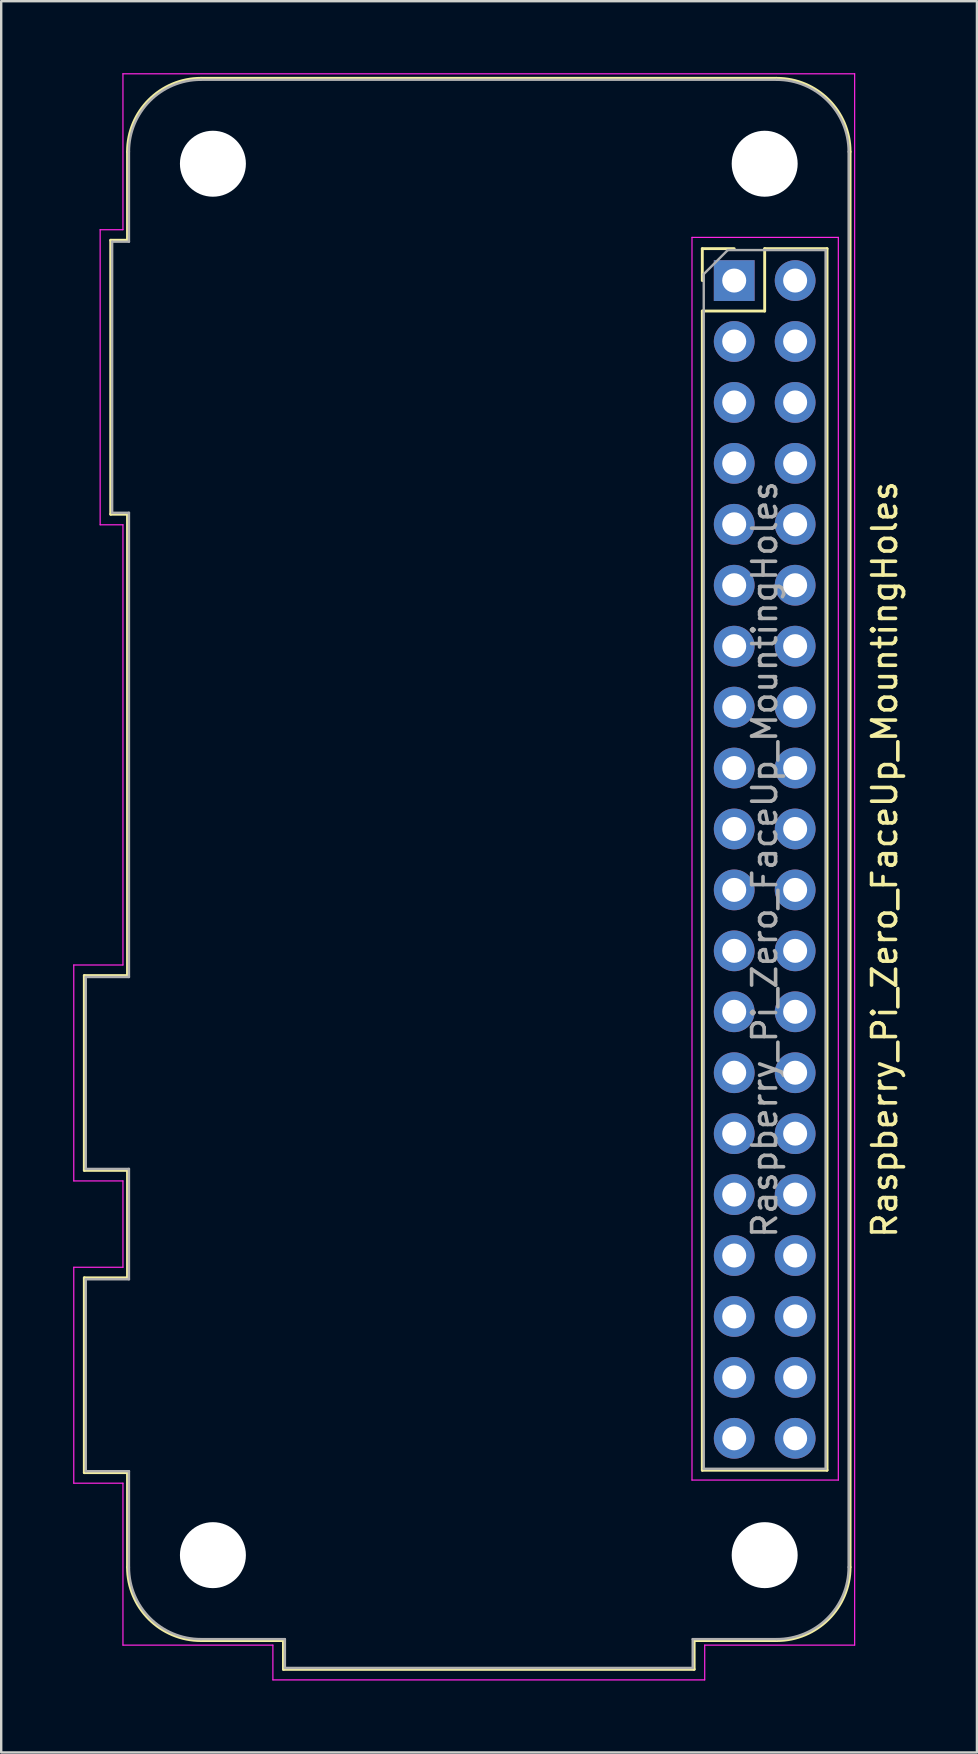
<source format=kicad_pcb>
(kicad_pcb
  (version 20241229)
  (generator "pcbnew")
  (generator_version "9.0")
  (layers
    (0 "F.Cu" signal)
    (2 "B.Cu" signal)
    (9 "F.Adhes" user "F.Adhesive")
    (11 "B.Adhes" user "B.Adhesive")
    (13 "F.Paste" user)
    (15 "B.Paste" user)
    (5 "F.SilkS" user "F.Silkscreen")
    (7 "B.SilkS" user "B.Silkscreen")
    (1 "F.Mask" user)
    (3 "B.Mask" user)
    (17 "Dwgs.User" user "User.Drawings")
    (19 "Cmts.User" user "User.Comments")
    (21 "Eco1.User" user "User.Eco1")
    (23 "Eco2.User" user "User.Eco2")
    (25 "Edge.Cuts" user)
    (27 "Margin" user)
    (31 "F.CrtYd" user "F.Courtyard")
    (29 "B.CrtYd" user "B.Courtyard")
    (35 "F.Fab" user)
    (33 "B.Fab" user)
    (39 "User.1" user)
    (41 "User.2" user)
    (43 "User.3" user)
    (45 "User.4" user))
  (footprint "Raspberry_Pi_Zero_FaceUp_MountingHoles"
    (layer "F.Cu")
    (at 27.555 8.645)
    (property "Reference" "Raspberry_Pi_Zero_FaceUp_MountingHoles" (at 6.27 24.13 90) (layer "F.SilkS") (effects (font (size 1 1) (thickness 0.15))))
    (attr through_hole)
    (fp_line (start -27.09 28.97) (end -25.29 28.97) (stroke (width 0.12) (type solid)) (layer "F.SilkS"))
    (fp_line (start -27.09 37.09) (end -27.09 28.97) (stroke (width 0.12) (type solid)) (layer "F.SilkS"))
    (fp_line (start -27.09 41.57) (end -25.29 41.57) (stroke (width 0.12) (type solid)) (layer "F.SilkS"))
    (fp_line (start -27.09 49.69) (end -27.09 41.57) (stroke (width 0.12) (type solid)) (layer "F.SilkS"))
    (fp_line (start -25.99 -1.68) (end -25.29 -1.68) (stroke (width 0.12) (type solid)) (layer "F.SilkS"))
    (fp_line (start -25.99 9.74) (end -25.99 -1.68) (stroke (width 0.12) (type solid)) (layer "F.SilkS"))
    (fp_line (start -25.29 -1.68) (end -25.29 -5.37) (stroke (width 0.12) (type solid)) (layer "F.SilkS"))
    (fp_line (start -25.29 9.74) (end -25.99 9.74) (stroke (width 0.12) (type solid)) (layer "F.SilkS"))
    (fp_line (start -25.29 28.97) (end -25.29 9.74) (stroke (width 0.12) (type solid)) (layer "F.SilkS"))
    (fp_line (start -25.29 37.09) (end -27.09 37.09) (stroke (width 0.12) (type solid)) (layer "F.SilkS"))
    (fp_line (start -25.29 41.57) (end -25.29 37.09) (stroke (width 0.12) (type solid)) (layer "F.SilkS"))
    (fp_line (start -25.29 49.69) (end -27.09 49.69) (stroke (width 0.12) (type solid)) (layer "F.SilkS"))
    (fp_line (start -25.29 53.63) (end -25.29 49.69) (stroke (width 0.12) (type solid)) (layer "F.SilkS"))
    (fp_line (start -18.79 56.69) (end -22.23 56.69) (stroke (width 0.12) (type solid)) (layer "F.SilkS"))
    (fp_line (start -18.79 57.89) (end -18.79 56.69) (stroke (width 0.12) (type solid)) (layer "F.SilkS"))
    (fp_line (start -1.67 56.69) (end -1.67 57.89) (stroke (width 0.12) (type solid)) (layer "F.SilkS"))
    (fp_line (start -1.67 56.69) (end 1.77 56.69) (stroke (width 0.12) (type solid)) (layer "F.SilkS"))
    (fp_line (start -1.67 57.89) (end -18.79 57.89) (stroke (width 0.12) (type solid)) (layer "F.SilkS"))
    (fp_line (start -1.33 -1.33) (end -1.33 0) (stroke (width 0.12) (type solid)) (layer "F.SilkS"))
    (fp_line (start -1.33 1.27) (end -1.33 49.59) (stroke (width 0.12) (type solid)) (layer "F.SilkS"))
    (fp_line (start 0 -1.33) (end -1.33 -1.33) (stroke (width 0.12) (type solid)) (layer "F.SilkS"))
    (fp_line (start 1.27 -1.33) (end 1.27 1.27) (stroke (width 0.12) (type solid)) (layer "F.SilkS"))
    (fp_line (start 1.27 1.27) (end -1.33 1.27) (stroke (width 0.12) (type solid)) (layer "F.SilkS"))
    (fp_line (start 1.77 -8.43) (end -22.23 -8.43) (stroke (width 0.12) (type solid)) (layer "F.SilkS"))
    (fp_line (start 3.87 -1.33) (end 1.27 -1.33) (stroke (width 0.12) (type solid)) (layer "F.SilkS"))
    (fp_line (start 3.87 -1.33) (end 3.87 49.59) (stroke (width 0.12) (type solid)) (layer "F.SilkS"))
    (fp_line (start 3.87 49.59) (end -1.33 49.59) (stroke (width 0.12) (type solid)) (layer "F.SilkS"))
    (fp_line (start 4.83 53.63) (end 4.83 -5.37) (stroke (width 0.12) (type solid)) (layer "F.SilkS"))
    (fp_arc (start -25.29 -5.37) (mid -24.393747 -7.533747) (end -22.23 -8.43) (stroke (width 0.12) (type solid)) (layer "F.SilkS"))
    (fp_arc (start -22.23 56.69) (mid -24.393747 55.793747) (end -25.29 53.63) (stroke (width 0.12) (type solid)) (layer "F.SilkS"))
    (fp_arc (start 1.77 -8.43) (mid 3.933747 -7.533747) (end 4.83 -5.37) (stroke (width 0.12) (type solid)) (layer "F.SilkS"))
    (fp_arc (start 4.83 53.63) (mid 3.933747 55.793747) (end 1.77 56.69) (stroke (width 0.12) (type solid)) (layer "F.SilkS"))
    (fp_line (start -27.53 28.53) (end -25.48 28.53) (stroke (width 0.05) (type solid)) (layer "F.CrtYd"))
    (fp_line (start -27.53 37.53) (end -27.53 28.53) (stroke (width 0.05) (type solid)) (layer "F.CrtYd"))
    (fp_line (start -27.53 37.53) (end -25.48 37.53) (stroke (width 0.05) (type solid)) (layer "F.CrtYd"))
    (fp_line (start -27.53 41.13) (end -25.48 41.13) (stroke (width 0.05) (type solid)) (layer "F.CrtYd"))
    (fp_line (start -27.53 50.13) (end -27.53 41.13) (stroke (width 0.05) (type solid)) (layer "F.CrtYd"))
    (fp_line (start -27.53 50.13) (end -25.48 50.13) (stroke (width 0.05) (type solid)) (layer "F.CrtYd"))
    (fp_line (start -26.43 -2.12) (end -26.43 10.18) (stroke (width 0.05) (type solid)) (layer "F.CrtYd"))
    (fp_line (start -26.43 -2.12) (end -25.48 -2.12) (stroke (width 0.05) (type solid)) (layer "F.CrtYd"))
    (fp_line (start -26.43 10.18) (end -25.48 10.18) (stroke (width 0.05) (type solid)) (layer "F.CrtYd"))
    (fp_line (start -25.48 -2.12) (end -25.48 -8.62) (stroke (width 0.05) (type solid)) (layer "F.CrtYd"))
    (fp_line (start -25.48 28.53) (end -25.48 10.18) (stroke (width 0.05) (type solid)) (layer "F.CrtYd"))
    (fp_line (start -25.48 37.53) (end -25.48 41.13) (stroke (width 0.05) (type solid)) (layer "F.CrtYd"))
    (fp_line (start -25.48 50.13) (end -25.48 56.88) (stroke (width 0.05) (type solid)) (layer "F.CrtYd"))
    (fp_line (start -19.23 56.88) (end -25.48 56.88) (stroke (width 0.05) (type solid)) (layer "F.CrtYd"))
    (fp_line (start -19.23 58.33) (end -19.23 56.88) (stroke (width 0.05) (type solid)) (layer "F.CrtYd"))
    (fp_line (start -19.23 58.33) (end -1.23 58.33) (stroke (width 0.05) (type solid)) (layer "F.CrtYd"))
    (fp_line (start -1.76 -1.8) (end -1.76 50) (stroke (width 0.05) (type solid)) (layer "F.CrtYd"))
    (fp_line (start -1.76 50) (end 4.34 50) (stroke (width 0.05) (type solid)) (layer "F.CrtYd"))
    (fp_line (start -1.23 58.33) (end -1.23 56.88) (stroke (width 0.05) (type solid)) (layer "F.CrtYd"))
    (fp_line (start 4.34 -1.8) (end -1.76 -1.8) (stroke (width 0.05) (type solid)) (layer "F.CrtYd"))
    (fp_line (start 4.34 50) (end 4.34 -1.8) (stroke (width 0.05) (type solid)) (layer "F.CrtYd"))
    (fp_line (start 5.02 -8.62) (end -25.48 -8.62) (stroke (width 0.05) (type solid)) (layer "F.CrtYd"))
    (fp_line (start 5.02 56.88) (end -1.23 56.88) (stroke (width 0.05) (type solid)) (layer "F.CrtYd"))
    (fp_line (start 5.02 56.88) (end 5.02 -8.62) (stroke (width 0.05) (type solid)) (layer "F.CrtYd"))
    (fp_line (start -27.03 29.03) (end -25.23 29.03) (stroke (width 0.1) (type solid)) (layer "F.Fab"))
    (fp_line (start -27.03 37.03) (end -27.03 29.03) (stroke (width 0.1) (type solid)) (layer "F.Fab"))
    (fp_line (start -27.03 41.63) (end -25.23 41.63) (stroke (width 0.1) (type solid)) (layer "F.Fab"))
    (fp_line (start -27.03 49.63) (end -27.03 41.63) (stroke (width 0.1) (type solid)) (layer "F.Fab"))
    (fp_line (start -25.93 9.68) (end -25.93 -1.62) (stroke (width 0.1) (type solid)) (layer "F.Fab"))
    (fp_line (start -25.23 -1.62) (end -25.93 -1.62) (stroke (width 0.1) (type solid)) (layer "F.Fab"))
    (fp_line (start -25.23 -1.62) (end -25.23 -5.37) (stroke (width 0.1) (type solid)) (layer "F.Fab"))
    (fp_line (start -25.23 9.68) (end -25.93 9.68) (stroke (width 0.1) (type solid)) (layer "F.Fab"))
    (fp_line (start -25.23 29.03) (end -25.23 9.68) (stroke (width 0.1) (type solid)) (layer "F.Fab"))
    (fp_line (start -25.23 37.03) (end -27.03 37.03) (stroke (width 0.1) (type solid)) (layer "F.Fab"))
    (fp_line (start -25.23 41.63) (end -25.23 37.03) (stroke (width 0.1) (type solid)) (layer "F.Fab"))
    (fp_line (start -25.23 49.63) (end -27.03 49.63) (stroke (width 0.1) (type solid)) (layer "F.Fab"))
    (fp_line (start -25.23 49.63) (end -25.23 53.63) (stroke (width 0.1) (type solid)) (layer "F.Fab"))
    (fp_line (start -22.23 56.63) (end -18.73 56.63) (stroke (width 0.1) (type solid)) (layer "F.Fab"))
    (fp_line (start -18.73 56.63) (end -18.73 57.83) (stroke (width 0.1) (type solid)) (layer "F.Fab"))
    (fp_line (start -1.73 56.63) (end -1.73 57.83) (stroke (width 0.1) (type solid)) (layer "F.Fab"))
    (fp_line (start -1.73 57.83) (end -18.73 57.83) (stroke (width 0.1) (type solid)) (layer "F.Fab"))
    (fp_line (start -1.27 -0.27) (end -1.27 49.53) (stroke (width 0.1) (type solid)) (layer "F.Fab"))
    (fp_line (start -1.27 49.53) (end 3.81 49.53) (stroke (width 0.1) (type solid)) (layer "F.Fab"))
    (fp_line (start -0.27 -1.27) (end -1.27 -0.27) (stroke (width 0.1) (type solid)) (layer "F.Fab"))
    (fp_line (start 1.77 -8.37) (end -22.23 -8.37) (stroke (width 0.1) (type solid)) (layer "F.Fab"))
    (fp_line (start 1.77 56.63) (end -1.73 56.63) (stroke (width 0.1) (type solid)) (layer "F.Fab"))
    (fp_line (start 3.81 -1.27) (end -0.27 -1.27) (stroke (width 0.1) (type solid)) (layer "F.Fab"))
    (fp_line (start 3.81 49.53) (end 3.81 -1.27) (stroke (width 0.1) (type solid)) (layer "F.Fab"))
    (fp_line (start 4.77 53.63) (end 4.77 -5.37) (stroke (width 0.1) (type solid)) (layer "F.Fab"))
    (fp_arc (start -25.23 -5.37) (mid -24.35132 -7.49132) (end -22.23 -8.37) (stroke (width 0.1) (type solid)) (layer "F.Fab"))
    (fp_arc (start -22.23 56.63) (mid -24.35132 55.75132) (end -25.23 53.63) (stroke (width 0.1) (type solid)) (layer "F.Fab"))
    (fp_arc (start 1.77 -8.37) (mid 3.89132 -7.49132) (end 4.77 -5.37) (stroke (width 0.1) (type solid)) (layer "F.Fab"))
    (fp_arc (start 4.77 53.63) (mid 3.89132 55.75132) (end 1.77 56.63) (stroke (width 0.1) (type solid)) (layer "F.Fab"))
    (fp_text user "${REFERENCE}" (at 1.27 24.13 90) (layer "F.Fab") (effects (font (size 1 1) (thickness 0.15))))
    (pad "" np_thru_hole circle (at -21.73 -4.87 270) (size 2.75 2.75) (drill 2.75) (layers "*.Cu" "*.Mask"))
    (pad "" np_thru_hole circle (at -21.73 53.13 270) (size 2.75 2.75) (drill 2.75) (layers "*.Cu" "*.Mask"))
    (pad "" np_thru_hole circle (at 1.27 -4.87 270) (size 2.75 2.75) (drill 2.75) (layers "*.Cu" "*.Mask"))
    (pad "" np_thru_hole circle (at 1.27 53.13 270) (size 2.75 2.75) (drill 2.75) (layers "*.Cu" "*.Mask"))
    (pad "1" thru_hole rect (at 0 0) (size 1.7 1.7) (drill 1) (layers "*.Cu" "*.Mask"))
    (pad "2" thru_hole oval (at 2.54 0) (size 1.7 1.7) (drill 1) (layers "*.Cu" "*.Mask"))
    (pad "3" thru_hole oval (at 0 2.54) (size 1.7 1.7) (drill 1) (layers "*.Cu" "*.Mask"))
    (pad "4" thru_hole oval (at 2.54 2.54) (size 1.7 1.7) (drill 1) (layers "*.Cu" "*.Mask"))
    (pad "5" thru_hole oval (at 0 5.08) (size 1.7 1.7) (drill 1) (layers "*.Cu" "*.Mask"))
    (pad "6" thru_hole oval (at 2.54 5.08) (size 1.7 1.7) (drill 1) (layers "*.Cu" "*.Mask"))
    (pad "7" thru_hole oval (at 0 7.62) (size 1.7 1.7) (drill 1) (layers "*.Cu" "*.Mask"))
    (pad "8" thru_hole oval (at 2.54 7.62) (size 1.7 1.7) (drill 1) (layers "*.Cu" "*.Mask"))
    (pad "9" thru_hole oval (at 0 10.16) (size 1.7 1.7) (drill 1) (layers "*.Cu" "*.Mask"))
    (pad "10" thru_hole oval (at 2.54 10.16) (size 1.7 1.7) (drill 1) (layers "*.Cu" "*.Mask"))
    (pad "11" thru_hole oval (at 0 12.7) (size 1.7 1.7) (drill 1) (layers "*.Cu" "*.Mask"))
    (pad "12" thru_hole oval (at 2.54 12.7) (size 1.7 1.7) (drill 1) (layers "*.Cu" "*.Mask"))
    (pad "13" thru_hole oval (at 0 15.24) (size 1.7 1.7) (drill 1) (layers "*.Cu" "*.Mask"))
    (pad "14" thru_hole oval (at 2.54 15.24) (size 1.7 1.7) (drill 1) (layers "*.Cu" "*.Mask"))
    (pad "15" thru_hole oval (at 0 17.78) (size 1.7 1.7) (drill 1) (layers "*.Cu" "*.Mask"))
    (pad "16" thru_hole oval (at 2.54 17.78) (size 1.7 1.7) (drill 1) (layers "*.Cu" "*.Mask"))
    (pad "17" thru_hole oval (at 0 20.32) (size 1.7 1.7) (drill 1) (layers "*.Cu" "*.Mask"))
    (pad "18" thru_hole oval (at 2.54 20.32) (size 1.7 1.7) (drill 1) (layers "*.Cu" "*.Mask"))
    (pad "19" thru_hole oval (at 0 22.86) (size 1.7 1.7) (drill 1) (layers "*.Cu" "*.Mask"))
    (pad "20" thru_hole oval (at 2.54 22.86) (size 1.7 1.7) (drill 1) (layers "*.Cu" "*.Mask"))
    (pad "21" thru_hole oval (at 0 25.4) (size 1.7 1.7) (drill 1) (layers "*.Cu" "*.Mask"))
    (pad "22" thru_hole oval (at 2.54 25.4) (size 1.7 1.7) (drill 1) (layers "*.Cu" "*.Mask"))
    (pad "23" thru_hole oval (at 0 27.94) (size 1.7 1.7) (drill 1) (layers "*.Cu" "*.Mask"))
    (pad "24" thru_hole oval (at 2.54 27.94) (size 1.7 1.7) (drill 1) (layers "*.Cu" "*.Mask"))
    (pad "25" thru_hole oval (at 0 30.48) (size 1.7 1.7) (drill 1) (layers "*.Cu" "*.Mask"))
    (pad "26" thru_hole oval (at 2.54 30.48) (size 1.7 1.7) (drill 1) (layers "*.Cu" "*.Mask"))
    (pad "27" thru_hole oval (at 0 33.02) (size 1.7 1.7) (drill 1) (layers "*.Cu" "*.Mask"))
    (pad "28" thru_hole oval (at 2.54 33.02) (size 1.7 1.7) (drill 1) (layers "*.Cu" "*.Mask"))
    (pad "29" thru_hole oval (at 0 35.56) (size 1.7 1.7) (drill 1) (layers "*.Cu" "*.Mask"))
    (pad "30" thru_hole oval (at 2.54 35.56) (size 1.7 1.7) (drill 1) (layers "*.Cu" "*.Mask"))
    (pad "31" thru_hole oval (at 0 38.1) (size 1.7 1.7) (drill 1) (layers "*.Cu" "*.Mask"))
    (pad "32" thru_hole oval (at 2.54 38.1) (size 1.7 1.7) (drill 1) (layers "*.Cu" "*.Mask"))
    (pad "33" thru_hole oval (at 0 40.64) (size 1.7 1.7) (drill 1) (layers "*.Cu" "*.Mask"))
    (pad "34" thru_hole oval (at 2.54 40.64) (size 1.7 1.7) (drill 1) (layers "*.Cu" "*.Mask"))
    (pad "35" thru_hole oval (at 0 43.18) (size 1.7 1.7) (drill 1) (layers "*.Cu" "*.Mask"))
    (pad "36" thru_hole oval (at 2.54 43.18) (size 1.7 1.7) (drill 1) (layers "*.Cu" "*.Mask"))
    (pad "37" thru_hole oval (at 0 45.72) (size 1.7 1.7) (drill 1) (layers "*.Cu" "*.Mask"))
    (pad "38" thru_hole oval (at 2.54 45.72) (size 1.7 1.7) (drill 1) (layers "*.Cu" "*.Mask"))
    (pad "39" thru_hole oval (at 0 48.26) (size 1.7 1.7) (drill 1) (layers "*.Cu" "*.Mask"))
    (pad "40" thru_hole oval (at 2.54 48.26) (size 1.7 1.7) (drill 1) (layers "*.Cu" "*.Mask")))
  (gr_rect
    (start -3 -3)
    (end 37.673 70)
    (stroke (width 0.1) (type default))
    (fill no)
    (layer "Edge.Cuts")))
</source>
